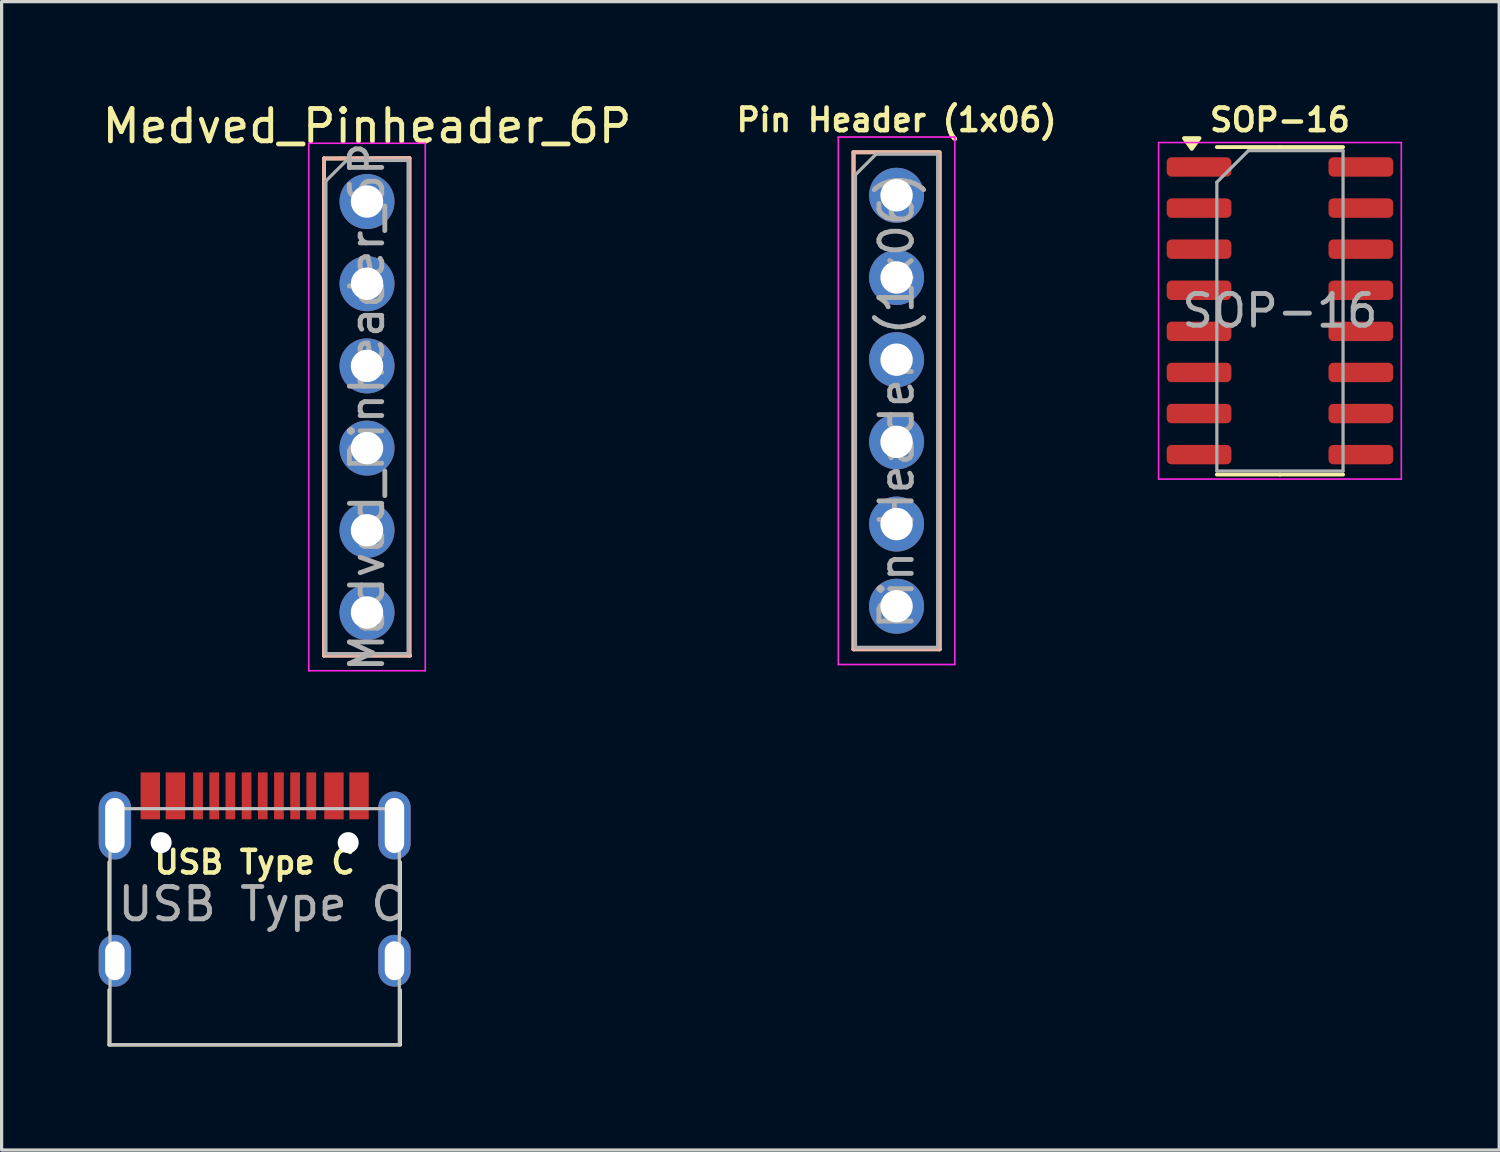
<source format=kicad_pcb>
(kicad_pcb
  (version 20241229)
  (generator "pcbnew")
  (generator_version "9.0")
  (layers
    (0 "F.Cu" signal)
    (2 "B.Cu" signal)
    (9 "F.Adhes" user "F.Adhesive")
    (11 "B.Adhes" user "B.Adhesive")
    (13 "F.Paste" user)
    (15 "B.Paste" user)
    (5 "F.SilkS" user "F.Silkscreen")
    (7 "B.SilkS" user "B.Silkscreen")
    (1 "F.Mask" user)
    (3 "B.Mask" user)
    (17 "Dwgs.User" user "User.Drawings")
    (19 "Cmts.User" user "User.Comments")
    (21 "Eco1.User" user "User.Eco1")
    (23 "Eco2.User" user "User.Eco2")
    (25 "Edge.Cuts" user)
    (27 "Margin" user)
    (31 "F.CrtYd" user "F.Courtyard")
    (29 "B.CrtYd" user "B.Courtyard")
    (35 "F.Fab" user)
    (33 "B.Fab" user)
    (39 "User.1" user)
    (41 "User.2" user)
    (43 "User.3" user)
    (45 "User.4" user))
  (footprint "Medved_Pinheader_6P"
    (layer "F.Cu")
    (at 8.292 3.178)
    (property "Reference" "Medved_Pinheader_6P" (at 0 -2.33 0) (layer "F.SilkS") (effects (font (size 1 1) (thickness 0.15))))
    (attr through_hole)
    (fp_line (start -1.33 -1.33) (end 1.31 -1.34) (stroke (width 0.12) (type solid)) (layer "F.SilkS"))
    (fp_line (start -1.33 1.27) (end -1.33 -1.33) (stroke (width 0.12) (type solid)) (layer "F.SilkS"))
    (fp_line (start -1.33 1.27) (end -1.33 14.03) (stroke (width 0.12) (type solid)) (layer "F.SilkS"))
    (fp_line (start -1.33 14.03) (end 1.33 14.03) (stroke (width 0.12) (type solid)) (layer "F.SilkS"))
    (fp_line (start 1.31 -1.34) (end 1.31 14.03) (stroke (width 0.12) (type solid)) (layer "F.SilkS"))
    (fp_line (start -1.33 -1.33) (end 1.31 -1.34) (stroke (width 0.12) (type solid)) (layer "B.SilkS"))
    (fp_line (start -1.33 1.27) (end -1.33 -1.33) (stroke (width 0.12) (type solid)) (layer "B.SilkS"))
    (fp_line (start -1.33 1.27) (end -1.33 14.03) (stroke (width 0.12) (type solid)) (layer "B.SilkS"))
    (fp_line (start -1.33 14.03) (end 1.33 14.03) (stroke (width 0.12) (type solid)) (layer "B.SilkS"))
    (fp_line (start 1.31 -1.34) (end 1.31 14.03) (stroke (width 0.12) (type solid)) (layer "B.SilkS"))
    (fp_line (start -1.8 -1.8) (end -1.8 14.5) (stroke (width 0.05) (type solid)) (layer "F.CrtYd"))
    (fp_line (start -1.8 14.5) (end 1.8 14.5) (stroke (width 0.05) (type solid)) (layer "F.CrtYd"))
    (fp_line (start 1.8 -1.8) (end -1.8 -1.8) (stroke (width 0.05) (type solid)) (layer "F.CrtYd"))
    (fp_line (start 1.8 14.5) (end 1.8 -1.8) (stroke (width 0.05) (type solid)) (layer "F.CrtYd"))
    (fp_line (start -1.27 -0.635) (end -0.635 -1.27) (stroke (width 0.1) (type solid)) (layer "F.Fab"))
    (fp_line (start -1.27 13.97) (end -1.27 -0.635) (stroke (width 0.1) (type solid)) (layer "F.Fab"))
    (fp_line (start -0.635 -1.27) (end 1.27 -1.27) (stroke (width 0.1) (type solid)) (layer "F.Fab"))
    (fp_line (start 1.27 -1.27) (end 1.27 13.97) (stroke (width 0.1) (type solid)) (layer "F.Fab"))
    (fp_line (start 1.27 13.97) (end -1.27 13.97) (stroke (width 0.1) (type solid)) (layer "F.Fab"))
    (fp_text user "${REFERENCE}" (at 0 6.35 90) (layer "F.Fab") (effects (font (size 1 1) (thickness 0.15))))
    (pad "1" thru_hole circle (at 0 0) (size 1.7 1.7) (drill 1) (layers "*.Cu" "*.Mask"))
    (pad "2" thru_hole oval (at 0 2.54) (size 1.7 1.7) (drill 1) (layers "*.Cu" "*.Mask"))
    (pad "3" thru_hole oval (at 0 5.08) (size 1.7 1.7) (drill 1) (layers "*.Cu" "*.Mask"))
    (pad "4" thru_hole oval (at 0 7.62) (size 1.7 1.7) (drill 1) (layers "*.Cu" "*.Mask"))
    (pad "5" thru_hole oval (at 0 10.16) (size 1.7 1.7) (drill 1) (layers "*.Cu" "*.Mask"))
    (pad "6" thru_hole oval (at 0 12.7) (size 1.7 1.7) (drill 1) (layers "*.Cu" "*.Mask")))
  (footprint "USB Type C"
    (layer "F.Cu")
    (at 4.82 29.24)
    (property "Reference" "USB Type C" (at 0 -5.645 180) (layer "F.SilkS") (effects (font (size 0.7 0.7) (thickness 0.14) (bold yes))))
    (attr through_hole)
    (fp_line (start -4.5 -3.55) (end -4.5 -5.65) (stroke (width 0.1) (type default)) (layer "F.SilkS"))
    (fp_line (start -4.5 0) (end -4.5 -1.7) (stroke (width 0.1) (type default)) (layer "F.SilkS"))
    (fp_line (start -4.5 0) (end 4.5 0) (stroke (width 0.1) (type default)) (layer "F.SilkS"))
    (fp_line (start 4.5 -3.55) (end 4.5 -5.65) (stroke (width 0.1) (type default)) (layer "F.SilkS"))
    (fp_line (start 4.5 0) (end 4.5 -1.7) (stroke (width 0.1) (type default)) (layer "F.SilkS"))
    (fp_line (start -4.47 -7.3) (end 4.47 -7.3) (stroke (width 0.1) (type solid)) (layer "Dwgs.User"))
    (fp_line (start -4.47 0) (end -4.47 -7.3) (stroke (width 0.1) (type solid)) (layer "Dwgs.User"))
    (fp_line (start -4.47 0) (end 4.47 0) (stroke (width 0.1) (type solid)) (layer "Dwgs.User"))
    (fp_line (start 4.47 0) (end 4.47 -7.3) (stroke (width 0.1) (type solid)) (layer "Dwgs.User"))
    (fp_text user "${REFERENCE}" (at 0.2 -4.35 180) (layer "F.Fab") (effects (font (size 1 1) (thickness 0.15))))
    (pad "" np_thru_hole circle (at -2.89 -6.25) (size 0.65 0.65) (drill 0.65) (layers "*.Cu" "*.Mask"))
    (pad "" np_thru_hole circle (at 2.89 -6.25) (size 0.65 0.65) (drill 0.65) (layers "*.Cu" "*.Mask"))
    (pad "1" smd rect (at -3.225 -7.695) (size 0.6 1.45) (layers "F.Cu" "F.Mask" "F.Paste"))
    (pad "2" smd rect (at -2.45 -7.695) (size 0.6 1.45) (layers "F.Cu" "F.Mask" "F.Paste"))
    (pad "3" smd rect (at -1.75 -7.695) (size 0.3 1.45) (layers "F.Cu" "F.Mask" "F.Paste"))
    (pad "4" smd rect (at -1.25 -7.695) (size 0.3 1.45) (layers "F.Cu" "F.Mask" "F.Paste"))
    (pad "5" smd rect (at -0.75 -7.695) (size 0.3 1.45) (layers "F.Cu" "F.Mask" "F.Paste"))
    (pad "6" smd rect (at -0.25 -7.695) (size 0.3 1.45) (layers "F.Cu" "F.Mask" "F.Paste"))
    (pad "7" smd rect (at 0.25 -7.695) (size 0.3 1.45) (layers "F.Cu" "F.Mask" "F.Paste"))
    (pad "8" smd rect (at 0.75 -7.695) (size 0.3 1.45) (layers "F.Cu" "F.Mask" "F.Paste"))
    (pad "9" smd rect (at 1.25 -7.695) (size 0.3 1.45) (layers "F.Cu" "F.Mask" "F.Paste"))
    (pad "10" smd rect (at 1.75 -7.695) (size 0.3 1.45) (layers "F.Cu" "F.Mask" "F.Paste"))
    (pad "11" smd rect (at 2.45 -7.695) (size 0.6 1.45) (layers "F.Cu" "F.Mask" "F.Paste"))
    (pad "12" smd rect (at 3.225 -7.695) (size 0.6 1.45) (layers "F.Cu" "F.Mask" "F.Paste"))
    (pad "13" thru_hole oval (at -4.32 -6.78) (size 1 2.1) (drill oval 0.6 1.7) (layers "*.Cu" "*.Mask"))
    (pad "13" thru_hole oval (at -4.32 -2.6) (size 1 1.6) (drill oval 0.6 1.2) (layers "*.Cu" "*.Mask"))
    (pad "13" thru_hole oval (at 4.32 -6.78) (size 1 2.1) (drill oval 0.6 1.7) (layers "*.Cu" "*.Mask"))
    (pad "13" thru_hole oval (at 4.32 -2.6) (size 1 1.6) (drill oval 0.6 1.2) (layers "*.Cu" "*.Mask")))
  (footprint "Pin Header (1x06)"
    (layer "F.Cu")
    (at 24.657 2.985)
    (property "Reference" "Pin Header (1x06)" (at 0 -2.33 0) (layer "F.SilkS") (effects (font (size 0.7 0.7) (thickness 0.14) (bold yes))))
    (attr through_hole)
    (fp_line (start -1.33 -1.33) (end -1.33 14.03) (stroke (width 0.12) (type solid)) (layer "F.SilkS"))
    (fp_line (start -1.33 -1.33) (end 1.3 -1.33) (stroke (width 0.12) (type solid)) (layer "F.SilkS"))
    (fp_line (start -1.33 14.03) (end 1.33 14.03) (stroke (width 0.12) (type solid)) (layer "F.SilkS"))
    (fp_line (start 1.33 -1.33) (end 1.33 14.03) (stroke (width 0.12) (type solid)) (layer "F.SilkS"))
    (fp_line (start -1.33 -1.33) (end -1.33 14.03) (stroke (width 0.12) (type solid)) (layer "B.SilkS"))
    (fp_line (start -1.33 -1.33) (end 1.3 -1.33) (stroke (width 0.12) (type solid)) (layer "B.SilkS"))
    (fp_line (start -1.33 14.03) (end 1.33 14.03) (stroke (width 0.12) (type solid)) (layer "B.SilkS"))
    (fp_line (start 1.33 -1.33) (end 1.33 14.03) (stroke (width 0.12) (type solid)) (layer "B.SilkS"))
    (fp_line (start -1.8 -1.8) (end -1.8 14.5) (stroke (width 0.05) (type solid)) (layer "F.CrtYd"))
    (fp_line (start -1.8 14.5) (end 1.8 14.5) (stroke (width 0.05) (type solid)) (layer "F.CrtYd"))
    (fp_line (start 1.8 -1.8) (end -1.8 -1.8) (stroke (width 0.05) (type solid)) (layer "F.CrtYd"))
    (fp_line (start 1.8 14.5) (end 1.8 -1.8) (stroke (width 0.05) (type solid)) (layer "F.CrtYd"))
    (fp_line (start -1.27 -0.635) (end -0.635 -1.27) (stroke (width 0.1) (type solid)) (layer "F.Fab"))
    (fp_line (start -1.27 13.97) (end -1.27 -0.635) (stroke (width 0.1) (type solid)) (layer "F.Fab"))
    (fp_line (start -0.635 -1.27) (end 1.27 -1.27) (stroke (width 0.1) (type solid)) (layer "F.Fab"))
    (fp_line (start 1.27 -1.27) (end 1.27 13.97) (stroke (width 0.1) (type solid)) (layer "F.Fab"))
    (fp_line (start 1.27 13.97) (end -1.27 13.97) (stroke (width 0.1) (type solid)) (layer "F.Fab"))
    (fp_text user "${REFERENCE}" (at 0 6.35 90) (layer "F.Fab") (effects (font (size 1 1) (thickness 0.15))))
    (pad "1" thru_hole circle (at 0 0) (size 1.7 1.7) (drill 1) (layers "*.Cu" "*.Mask"))
    (pad "2" thru_hole oval (at 0 2.54) (size 1.7 1.7) (drill 1) (layers "*.Cu" "*.Mask"))
    (pad "3" thru_hole oval (at 0 5.08) (size 1.7 1.7) (drill 1) (layers "*.Cu" "*.Mask"))
    (pad "4" thru_hole oval (at 0 7.62) (size 1.7 1.7) (drill 1) (layers "*.Cu" "*.Mask"))
    (pad "5" thru_hole oval (at 0 10.16) (size 1.7 1.7) (drill 1) (layers "*.Cu" "*.Mask"))
    (pad "6" thru_hole oval (at 0 12.7) (size 1.7 1.7) (drill 1) (layers "*.Cu" "*.Mask")))
  (footprint "SOP-16"
    (layer "F.Cu")
    (at 36.505 6.555)
    (property "Reference" "SOP-16" (at 0 -5.9 0) (layer "F.SilkS") (effects (font (size 0.7 0.7) (thickness 0.14) (bold yes))))
    (attr smd)
    (fp_line (start 0 -5.06) (end -1.95 -5.06) (stroke (width 0.12) (type solid)) (layer "F.SilkS"))
    (fp_line (start 0 -5.06) (end 1.95 -5.06) (stroke (width 0.12) (type solid)) (layer "F.SilkS"))
    (fp_line (start 0 5.06) (end -1.95 5.06) (stroke (width 0.12) (type solid)) (layer "F.SilkS"))
    (fp_line (start 0 5.06) (end 1.95 5.06) (stroke (width 0.12) (type solid)) (layer "F.SilkS"))
    (fp_poly (pts (xy -2.725 -5.005) (xy -2.965 -5.335) (xy -2.485 -5.335) (xy -2.725 -5.005)) (stroke (width 0.12) (type solid)) (fill yes) (layer "F.SilkS"))
    (fp_line (start -3.75 -5.2) (end -3.75 5.2) (stroke (width 0.05) (type solid)) (layer "F.CrtYd"))
    (fp_line (start -3.75 5.2) (end 3.75 5.2) (stroke (width 0.05) (type solid)) (layer "F.CrtYd"))
    (fp_line (start 3.75 -5.2) (end -3.75 -5.2) (stroke (width 0.05) (type solid)) (layer "F.CrtYd"))
    (fp_line (start 3.75 5.2) (end 3.75 -5.2) (stroke (width 0.05) (type solid)) (layer "F.CrtYd"))
    (fp_line (start -1.95 -3.975) (end -0.975 -4.95) (stroke (width 0.1) (type solid)) (layer "F.Fab"))
    (fp_line (start -1.95 4.95) (end -1.95 -3.975) (stroke (width 0.1) (type solid)) (layer "F.Fab"))
    (fp_line (start -0.975 -4.95) (end 1.95 -4.95) (stroke (width 0.1) (type solid)) (layer "F.Fab"))
    (fp_line (start 1.95 -4.95) (end 1.95 4.95) (stroke (width 0.1) (type solid)) (layer "F.Fab"))
    (fp_line (start 1.95 4.95) (end -1.95 4.95) (stroke (width 0.1) (type solid)) (layer "F.Fab"))
    (fp_text user "${REFERENCE}" (at 0 0 0) (layer "F.Fab") (effects (font (size 0.98 0.98) (thickness 0.15))))
    (pad "1" smd roundrect (at -2.5 -4.445) (size 2 0.6) (layers "F.Cu" "F.Mask" "F.Paste") (roundrect_rratio 0.25))
    (pad "2" smd roundrect (at -2.5 -3.175) (size 2 0.6) (layers "F.Cu" "F.Mask" "F.Paste") (roundrect_rratio 0.25))
    (pad "3" smd roundrect (at -2.5 -1.905) (size 2 0.6) (layers "F.Cu" "F.Mask" "F.Paste") (roundrect_rratio 0.25))
    (pad "4" smd roundrect (at -2.5 -0.635) (size 2 0.6) (layers "F.Cu" "F.Mask" "F.Paste") (roundrect_rratio 0.25))
    (pad "5" smd roundrect (at -2.5 0.635) (size 2 0.6) (layers "F.Cu" "F.Mask" "F.Paste") (roundrect_rratio 0.25))
    (pad "6" smd roundrect (at -2.5 1.905) (size 2 0.6) (layers "F.Cu" "F.Mask" "F.Paste") (roundrect_rratio 0.25))
    (pad "7" smd roundrect (at -2.5 3.175) (size 2 0.6) (layers "F.Cu" "F.Mask" "F.Paste") (roundrect_rratio 0.25))
    (pad "8" smd roundrect (at -2.5 4.445) (size 2 0.6) (layers "F.Cu" "F.Mask" "F.Paste") (roundrect_rratio 0.25))
    (pad "9" smd roundrect (at 2.5 4.445) (size 2 0.6) (layers "F.Cu" "F.Mask" "F.Paste") (roundrect_rratio 0.25))
    (pad "10" smd roundrect (at 2.5 3.175) (size 2 0.6) (layers "F.Cu" "F.Mask" "F.Paste") (roundrect_rratio 0.25))
    (pad "11" smd roundrect (at 2.5 1.905) (size 2 0.6) (layers "F.Cu" "F.Mask" "F.Paste") (roundrect_rratio 0.25))
    (pad "12" smd roundrect (at 2.5 0.635) (size 2 0.6) (layers "F.Cu" "F.Mask" "F.Paste") (roundrect_rratio 0.25))
    (pad "13" smd roundrect (at 2.5 -0.635) (size 2 0.6) (layers "F.Cu" "F.Mask" "F.Paste") (roundrect_rratio 0.25))
    (pad "14" smd roundrect (at 2.5 -1.905) (size 2 0.6) (layers "F.Cu" "F.Mask" "F.Paste") (roundrect_rratio 0.25))
    (pad "15" smd roundrect (at 2.5 -3.175) (size 2 0.6) (layers "F.Cu" "F.Mask" "F.Paste") (roundrect_rratio 0.25))
    (pad "16" smd roundrect (at 2.5 -4.445) (size 2 0.6) (layers "F.Cu" "F.Mask" "F.Paste") (roundrect_rratio 0.25)))
  (gr_rect
    (start -3 -3)
    (end 43.28 32.49)
    (stroke (width 0.1) (type default))
    (fill no)
    (layer "Edge.Cuts")))
</source>
